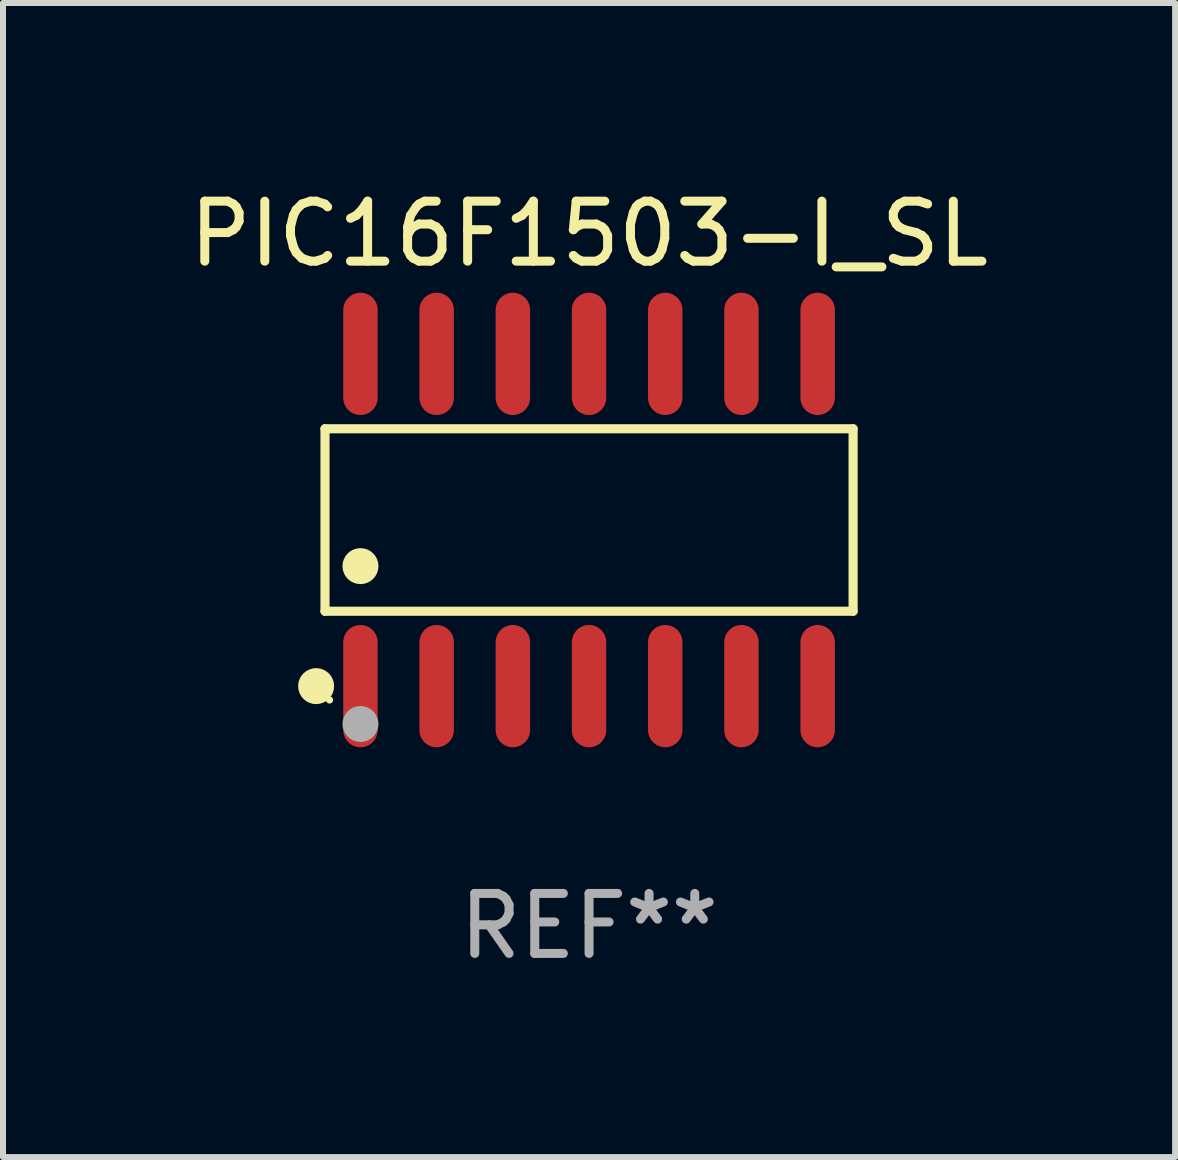
<source format=kicad_pcb>
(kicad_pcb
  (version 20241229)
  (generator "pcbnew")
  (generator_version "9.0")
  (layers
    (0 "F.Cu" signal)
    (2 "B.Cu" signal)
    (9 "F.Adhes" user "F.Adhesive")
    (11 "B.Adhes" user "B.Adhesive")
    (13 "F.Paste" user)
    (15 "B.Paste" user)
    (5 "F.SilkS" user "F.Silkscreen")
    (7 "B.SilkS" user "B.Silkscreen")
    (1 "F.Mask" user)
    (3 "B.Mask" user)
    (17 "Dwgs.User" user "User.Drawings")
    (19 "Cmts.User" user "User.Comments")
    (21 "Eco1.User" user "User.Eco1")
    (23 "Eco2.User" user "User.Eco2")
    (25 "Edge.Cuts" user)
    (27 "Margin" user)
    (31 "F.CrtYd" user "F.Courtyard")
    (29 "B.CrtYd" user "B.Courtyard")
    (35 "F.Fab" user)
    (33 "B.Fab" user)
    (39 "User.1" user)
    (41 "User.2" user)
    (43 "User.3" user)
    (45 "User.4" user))
  (footprint "PIC16F1503-I_SL"
    (layer "F.Cu")
    (at 6.768 5.617)
    (property "Reference" "PIC16F1503-I_SL" (at 0 -4.769 0) (layer "F.SilkS") (effects (font (size 1 1) (thickness 0.15))))
    (attr through_hole)
    (fp_line (start -4.401 -1.521) (end 4.401 -1.521) (stroke (width 0.152) (type solid)) (layer "F.SilkS"))
    (fp_line (start -4.401 1.521) (end -4.401 -1.521) (stroke (width 0.152) (type solid)) (layer "F.SilkS"))
    (fp_line (start 4.401 -1.521) (end 4.401 1.521) (stroke (width 0.152) (type solid)) (layer "F.SilkS"))
    (fp_line (start 4.401 1.521) (end -4.401 1.521) (stroke (width 0.152) (type solid)) (layer "F.SilkS"))
    (fp_circle (center -4.549 2.769) (end -4.399 2.769) (stroke (width 0.3) (type solid)) (fill no) (layer "F.SilkS"))
    (fp_circle (center -4.325 3) (end -4.295 3) (stroke (width 0.06) (type solid)) (fill no) (layer "F.SilkS"))
    (fp_circle (center -3.81 0.769) (end -3.66 0.769) (stroke (width 0.3) (type solid)) (fill no) (layer "F.SilkS"))
    (fp_circle (center -3.81 3.4) (end -3.66 3.4) (stroke (width 0.3) (type solid)) (fill no) (layer "F.Fab"))
    (fp_text user "REF**" (at 0 6.769 0) (layer "F.Fab") (effects (font (size 1 1) (thickness 0.15))))
    (pad "1" smd oval (at -3.81 2.769) (size 0.574 2.038) (layers "F.Cu" "F.Mask" "F.Paste"))
    (pad "2" smd oval (at -2.54 2.769) (size 0.574 2.038) (layers "F.Cu" "F.Mask" "F.Paste"))
    (pad "3" smd oval (at -1.27 2.769) (size 0.574 2.038) (layers "F.Cu" "F.Mask" "F.Paste"))
    (pad "4" smd oval (at 0 2.769) (size 0.574 2.038) (layers "F.Cu" "F.Mask" "F.Paste"))
    (pad "5" smd oval (at 1.27 2.769) (size 0.574 2.038) (layers "F.Cu" "F.Mask" "F.Paste"))
    (pad "6" smd oval (at 2.54 2.769) (size 0.574 2.038) (layers "F.Cu" "F.Mask" "F.Paste"))
    (pad "7" smd oval (at 3.81 2.769) (size 0.574 2.038) (layers "F.Cu" "F.Mask" "F.Paste"))
    (pad "8" smd oval (at 3.81 -2.769) (size 0.574 2.038) (layers "F.Cu" "F.Mask" "F.Paste"))
    (pad "9" smd oval (at 2.54 -2.769) (size 0.574 2.038) (layers "F.Cu" "F.Mask" "F.Paste"))
    (pad "10" smd oval (at 1.27 -2.769) (size 0.574 2.038) (layers "F.Cu" "F.Mask" "F.Paste"))
    (pad "11" smd oval (at 0 -2.769) (size 0.574 2.038) (layers "F.Cu" "F.Mask" "F.Paste"))
    (pad "12" smd oval (at -1.27 -2.769) (size 0.574 2.038) (layers "F.Cu" "F.Mask" "F.Paste"))
    (pad "13" smd oval (at -2.54 -2.769) (size 0.574 2.038) (layers "F.Cu" "F.Mask" "F.Paste"))
    (pad "14" smd oval (at -3.81 -2.769) (size 0.574 2.038) (layers "F.Cu" "F.Mask" "F.Paste")))
  (gr_rect
    (start -3 -3)
    (end 16.536 16.235)
    (stroke (width 0.1) (type default))
    (fill no)
    (layer "Edge.Cuts")))
</source>
